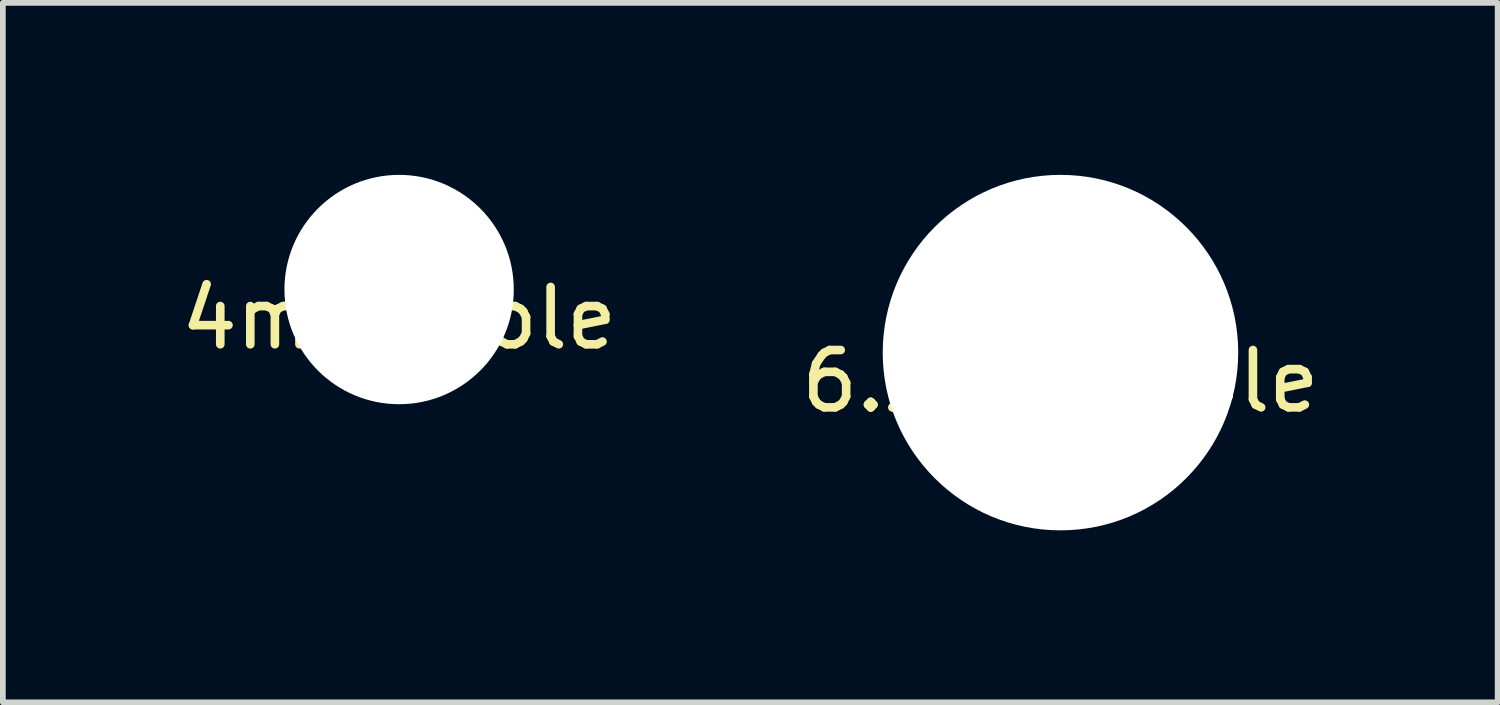
<source format=kicad_pcb>
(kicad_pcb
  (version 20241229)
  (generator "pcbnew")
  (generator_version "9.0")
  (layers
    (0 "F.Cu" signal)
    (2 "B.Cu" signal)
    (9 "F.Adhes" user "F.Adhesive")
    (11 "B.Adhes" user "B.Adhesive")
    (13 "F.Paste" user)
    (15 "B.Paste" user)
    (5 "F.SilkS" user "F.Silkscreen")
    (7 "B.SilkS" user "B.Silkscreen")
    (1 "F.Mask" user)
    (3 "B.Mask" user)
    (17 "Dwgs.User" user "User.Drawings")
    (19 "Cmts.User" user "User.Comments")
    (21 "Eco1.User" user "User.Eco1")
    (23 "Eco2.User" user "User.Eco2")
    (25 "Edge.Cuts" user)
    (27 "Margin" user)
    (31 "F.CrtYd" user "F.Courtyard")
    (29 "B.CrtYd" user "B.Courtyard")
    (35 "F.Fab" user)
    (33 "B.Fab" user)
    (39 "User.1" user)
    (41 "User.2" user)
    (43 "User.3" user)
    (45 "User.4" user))
  (footprint "6.2mm_hole"
    (layer "F.Cu")
    (at 15.446 3.1)
    (property "Reference" "6.2mm_hole" (at 0 0.5 0) (layer "F.SilkS") (effects (font (size 1 1) (thickness 0.15))))
    (attr through_hole)
    (pad "" np_thru_hole circle (at 0 0) (size 6.2 6.2) (drill 6.2) (layers "*.Cu" "*.Mask")))
  (footprint "4mm_hole"
    (layer "F.Cu")
    (at 3.911 2)
    (property "Reference" "4mm_hole" (at 0 0.5 0) (layer "F.SilkS") (effects (font (size 1 1) (thickness 0.15))))
    (attr through_hole)
    (pad "" np_thru_hole circle (at 0 0) (size 4 4) (drill 4) (layers "*.Cu" "*.Mask")))
  (gr_rect
    (start -3 -3)
    (end 23.071 9.2)
    (stroke (width 0.1) (type default))
    (fill no)
    (layer "Edge.Cuts")))
</source>
